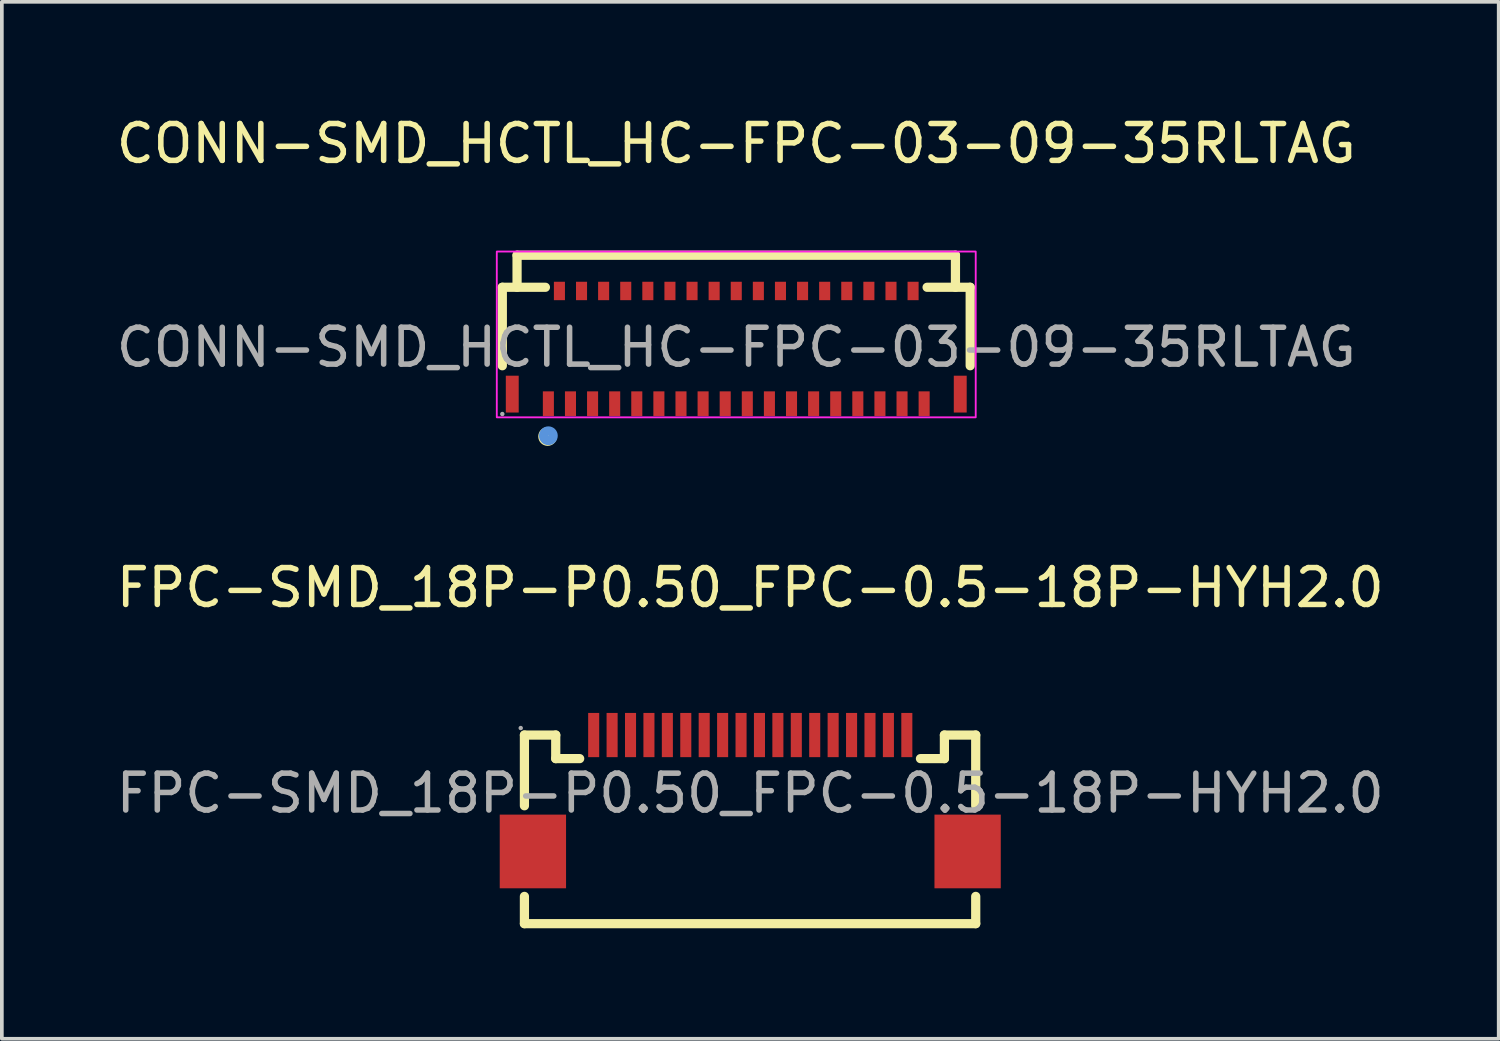
<source format=kicad_pcb>
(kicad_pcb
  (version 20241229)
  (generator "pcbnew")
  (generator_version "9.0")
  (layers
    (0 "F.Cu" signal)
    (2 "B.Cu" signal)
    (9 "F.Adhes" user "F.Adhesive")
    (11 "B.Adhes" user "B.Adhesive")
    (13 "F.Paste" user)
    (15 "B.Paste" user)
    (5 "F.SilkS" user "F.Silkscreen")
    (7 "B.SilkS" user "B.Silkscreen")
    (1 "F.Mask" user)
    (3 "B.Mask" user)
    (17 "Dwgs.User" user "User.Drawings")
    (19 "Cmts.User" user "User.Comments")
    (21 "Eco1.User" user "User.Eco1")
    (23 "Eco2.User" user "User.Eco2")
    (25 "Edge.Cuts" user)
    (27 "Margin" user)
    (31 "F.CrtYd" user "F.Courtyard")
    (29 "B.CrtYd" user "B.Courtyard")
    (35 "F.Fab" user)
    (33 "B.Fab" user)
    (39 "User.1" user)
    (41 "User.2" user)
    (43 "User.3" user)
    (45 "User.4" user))
  (footprint "FPC-SMD_18P-P0.50_FPC-0.5-18P-HYH2.0"
    (layer "F.Cu")
    (at 17.315 18.482)
    (property "Reference" "FPC-SMD_18P-P0.50_FPC-0.5-18P-HYH2.0" (at 0 -5.58 0) (layer "F.SilkS") (effects (font (size 1 1) (thickness 0.15))))
    (attr smd)
    (fp_line (start -6.13 -1.58) (end -5.28 -1.58) (stroke (width 0.25) (type solid)) (layer "F.SilkS"))
    (fp_line (start -6.13 0.34) (end -6.13 -1.58) (stroke (width 0.25) (type solid)) (layer "F.SilkS"))
    (fp_line (start -6.13 3.54) (end -6.13 2.8) (stroke (width 0.25) (type solid)) (layer "F.SilkS"))
    (fp_line (start -6.13 3.54) (end 6.12 3.54) (stroke (width 0.25) (type solid)) (layer "F.SilkS"))
    (fp_line (start -5.28 -1.58) (end -5.28 -0.94) (stroke (width 0.25) (type solid)) (layer "F.SilkS"))
    (fp_line (start -5.28 -0.94) (end -4.63 -0.94) (stroke (width 0.25) (type solid)) (layer "F.SilkS"))
    (fp_line (start 5.27 -1.58) (end 5.27 -0.94) (stroke (width 0.25) (type solid)) (layer "F.SilkS"))
    (fp_line (start 5.27 -0.94) (end 4.62 -0.94) (stroke (width 0.25) (type solid)) (layer "F.SilkS"))
    (fp_line (start 6.12 -1.58) (end 5.27 -1.58) (stroke (width 0.25) (type solid)) (layer "F.SilkS"))
    (fp_line (start 6.12 0.34) (end 6.12 -1.58) (stroke (width 0.25) (type solid)) (layer "F.SilkS"))
    (fp_line (start 6.12 3.54) (end 6.12 2.8) (stroke (width 0.25) (type solid)) (layer "F.SilkS"))
    (fp_circle (center -6.23 -1.77) (end -6.2 -1.77) (stroke (width 0.06) (type solid)) (fill no) (layer "F.Fab"))
    (fp_text user "${REFERENCE}" (at 0 0 0) (layer "F.Fab") (effects (font (size 1 1) (thickness 0.15))))
    (pad "1" smd rect (at -4.25 -1.58) (size 0.3 1.2) (layers "F.Cu" "F.Mask" "F.Paste"))
    (pad "2" smd rect (at -3.75 -1.58) (size 0.3 1.2) (layers "F.Cu" "F.Mask" "F.Paste"))
    (pad "3" smd rect (at -3.25 -1.58) (size 0.3 1.2) (layers "F.Cu" "F.Mask" "F.Paste"))
    (pad "4" smd rect (at -2.75 -1.58) (size 0.3 1.2) (layers "F.Cu" "F.Mask" "F.Paste"))
    (pad "5" smd rect (at -2.25 -1.58) (size 0.3 1.2) (layers "F.Cu" "F.Mask" "F.Paste"))
    (pad "6" smd rect (at -1.75 -1.58) (size 0.3 1.2) (layers "F.Cu" "F.Mask" "F.Paste"))
    (pad "7" smd rect (at -1.25 -1.58) (size 0.3 1.2) (layers "F.Cu" "F.Mask" "F.Paste"))
    (pad "8" smd rect (at -0.75 -1.58) (size 0.3 1.2) (layers "F.Cu" "F.Mask" "F.Paste"))
    (pad "9" smd rect (at -0.25 -1.58) (size 0.3 1.2) (layers "F.Cu" "F.Mask" "F.Paste"))
    (pad "10" smd rect (at 0.25 -1.58) (size 0.3 1.2) (layers "F.Cu" "F.Mask" "F.Paste"))
    (pad "11" smd rect (at 0.75 -1.58) (size 0.3 1.2) (layers "F.Cu" "F.Mask" "F.Paste"))
    (pad "12" smd rect (at 1.25 -1.58) (size 0.3 1.2) (layers "F.Cu" "F.Mask" "F.Paste"))
    (pad "13" smd rect (at 1.75 -1.58) (size 0.3 1.2) (layers "F.Cu" "F.Mask" "F.Paste"))
    (pad "14" smd rect (at 2.25 -1.58) (size 0.3 1.2) (layers "F.Cu" "F.Mask" "F.Paste"))
    (pad "15" smd rect (at 2.75 -1.58) (size 0.3 1.2) (layers "F.Cu" "F.Mask" "F.Paste"))
    (pad "16" smd rect (at 3.25 -1.58) (size 0.3 1.2) (layers "F.Cu" "F.Mask" "F.Paste"))
    (pad "17" smd rect (at 3.75 -1.58) (size 0.3 1.2) (layers "F.Cu" "F.Mask" "F.Paste"))
    (pad "18" smd rect (at 4.25 -1.58) (size 0.3 1.2) (layers "F.Cu" "F.Mask" "F.Paste"))
    (pad "19" smd rect (at 5.9 1.58) (size 1.8 2) (layers "F.Cu" "F.Mask" "F.Paste"))
    (pad "20" smd rect (at -5.9 1.58) (size 1.8 2) (layers "F.Cu" "F.Mask" "F.Paste")))
  (footprint "CONN-SMD_HCTL_HC-FPC-03-09-35RLTAG"
    (layer "F.Cu")
    (at 16.935 6.378)
    (property "Reference" "CONN-SMD_HCTL_HC-FPC-03-09-35RLTAG" (at 0 -5.53 0) (layer "F.SilkS") (effects (font (size 1 1) (thickness 0.15))))
    (attr smd)
    (fp_line (start -6.35 -1.63) (end -6.35 0.5) (stroke (width 0.25) (type solid)) (layer "F.SilkS"))
    (fp_line (start -6.35 -1.63) (end -5.18 -1.63) (stroke (width 0.25) (type solid)) (layer "F.SilkS"))
    (fp_line (start -5.95 -2.5) (end 5.95 -2.5) (stroke (width 0.25) (type solid)) (layer "F.SilkS"))
    (fp_line (start -5.95 -1.63) (end -5.95 -2.5) (stroke (width 0.25) (type solid)) (layer "F.SilkS"))
    (fp_line (start 5.18 -1.63) (end 6.35 -1.63) (stroke (width 0.25) (type solid)) (layer "F.SilkS"))
    (fp_line (start 5.95 -2.5) (end 5.95 -1.63) (stroke (width 0.25) (type solid)) (layer "F.SilkS"))
    (fp_line (start 6.35 -1.63) (end 6.35 0.5) (stroke (width 0.25) (type solid)) (layer "F.SilkS"))
    (fp_circle (center -5.12 2.42) (end -4.99 2.42) (stroke (width 0.25) (type solid)) (fill no) (layer "F.SilkS"))
    (fp_circle (center -5.1 2.4) (end -4.97 2.4) (stroke (width 0.25) (type solid)) (fill no) (layer "Cmts.User"))
    (fp_rect (start -6.5 -2.6) (end 6.5 1.9) (stroke (width 0.05) (type default)) (fill no) (layer "F.CrtYd"))
    (fp_circle (center -6.35 1.81) (end -6.32 1.81) (stroke (width 0.06) (type solid)) (fill no) (layer "F.Fab"))
    (fp_text user "${REFERENCE}" (at 0 0 0) (layer "F.Fab") (effects (font (size 1 1) (thickness 0.15))))
    (pad "1" smd rect (at -5.1 1.53) (size 0.3 0.67) (layers "F.Cu" "F.Mask" "F.Paste"))
    (pad "2" smd rect (at -4.8 -1.53) (size 0.3 0.5) (layers "F.Cu" "F.Mask" "F.Paste"))
    (pad "3" smd rect (at -4.5 1.53) (size 0.3 0.67) (layers "F.Cu" "F.Mask" "F.Paste"))
    (pad "4" smd rect (at -4.2 -1.53) (size 0.3 0.5) (layers "F.Cu" "F.Mask" "F.Paste"))
    (pad "5" smd rect (at -3.9 1.53) (size 0.3 0.67) (layers "F.Cu" "F.Mask" "F.Paste"))
    (pad "6" smd rect (at -3.6 -1.53) (size 0.3 0.5) (layers "F.Cu" "F.Mask" "F.Paste"))
    (pad "7" smd rect (at -3.3 1.53) (size 0.3 0.67) (layers "F.Cu" "F.Mask" "F.Paste"))
    (pad "8" smd rect (at -3 -1.53) (size 0.3 0.5) (layers "F.Cu" "F.Mask" "F.Paste"))
    (pad "9" smd rect (at -2.7 1.53) (size 0.3 0.67) (layers "F.Cu" "F.Mask" "F.Paste"))
    (pad "10" smd rect (at -2.4 -1.53) (size 0.3 0.5) (layers "F.Cu" "F.Mask" "F.Paste"))
    (pad "11" smd rect (at -2.1 1.53) (size 0.3 0.67) (layers "F.Cu" "F.Mask" "F.Paste"))
    (pad "12" smd rect (at -1.8 -1.53) (size 0.3 0.5) (layers "F.Cu" "F.Mask" "F.Paste"))
    (pad "13" smd rect (at -1.5 1.53) (size 0.3 0.67) (layers "F.Cu" "F.Mask" "F.Paste"))
    (pad "14" smd rect (at -1.2 -1.53) (size 0.3 0.5) (layers "F.Cu" "F.Mask" "F.Paste"))
    (pad "15" smd rect (at -0.9 1.53) (size 0.3 0.67) (layers "F.Cu" "F.Mask" "F.Paste"))
    (pad "16" smd rect (at -0.6 -1.53) (size 0.3 0.5) (layers "F.Cu" "F.Mask" "F.Paste"))
    (pad "17" smd rect (at -0.3 1.53) (size 0.3 0.67) (layers "F.Cu" "F.Mask" "F.Paste"))
    (pad "18" smd rect (at 0 -1.53) (size 0.3 0.5) (layers "F.Cu" "F.Mask" "F.Paste"))
    (pad "19" smd rect (at 0.3 1.53) (size 0.3 0.67) (layers "F.Cu" "F.Mask" "F.Paste"))
    (pad "20" smd rect (at 0.6 -1.53) (size 0.3 0.5) (layers "F.Cu" "F.Mask" "F.Paste"))
    (pad "21" smd rect (at 0.9 1.53) (size 0.3 0.67) (layers "F.Cu" "F.Mask" "F.Paste"))
    (pad "22" smd rect (at 1.2 -1.53) (size 0.3 0.5) (layers "F.Cu" "F.Mask" "F.Paste"))
    (pad "23" smd rect (at 1.5 1.53) (size 0.3 0.67) (layers "F.Cu" "F.Mask" "F.Paste"))
    (pad "24" smd rect (at 1.8 -1.53) (size 0.3 0.5) (layers "F.Cu" "F.Mask" "F.Paste"))
    (pad "25" smd rect (at 2.1 1.53) (size 0.3 0.67) (layers "F.Cu" "F.Mask" "F.Paste"))
    (pad "26" smd rect (at 2.4 -1.53) (size 0.3 0.5) (layers "F.Cu" "F.Mask" "F.Paste"))
    (pad "27" smd rect (at 2.7 1.53) (size 0.3 0.67) (layers "F.Cu" "F.Mask" "F.Paste"))
    (pad "28" smd rect (at 3 -1.53) (size 0.3 0.5) (layers "F.Cu" "F.Mask" "F.Paste"))
    (pad "29" smd rect (at 3.3 1.53) (size 0.3 0.67) (layers "F.Cu" "F.Mask" "F.Paste"))
    (pad "30" smd rect (at 3.6 -1.53) (size 0.3 0.5) (layers "F.Cu" "F.Mask" "F.Paste"))
    (pad "31" smd rect (at 3.9 1.53) (size 0.3 0.67) (layers "F.Cu" "F.Mask" "F.Paste"))
    (pad "32" smd rect (at 4.2 -1.53) (size 0.3 0.5) (layers "F.Cu" "F.Mask" "F.Paste"))
    (pad "33" smd rect (at 4.5 1.53) (size 0.3 0.67) (layers "F.Cu" "F.Mask" "F.Paste"))
    (pad "34" smd rect (at 4.8 -1.53) (size 0.3 0.5) (layers "F.Cu" "F.Mask" "F.Paste"))
    (pad "35" smd rect (at 5.1 1.53) (size 0.3 0.67) (layers "F.Cu" "F.Mask" "F.Paste"))
    (pad "36" smd rect (at 6.08 1.27) (size 0.35 1) (layers "F.Cu" "F.Mask" "F.Paste"))
    (pad "37" smd rect (at -6.08 1.27) (size 0.35 1) (layers "F.Cu" "F.Mask" "F.Paste")))
  (gr_rect
    (start -3 -3)
    (end 37.631 25.146)
    (stroke (width 0.1) (type default))
    (fill no)
    (layer "Edge.Cuts")))
</source>
